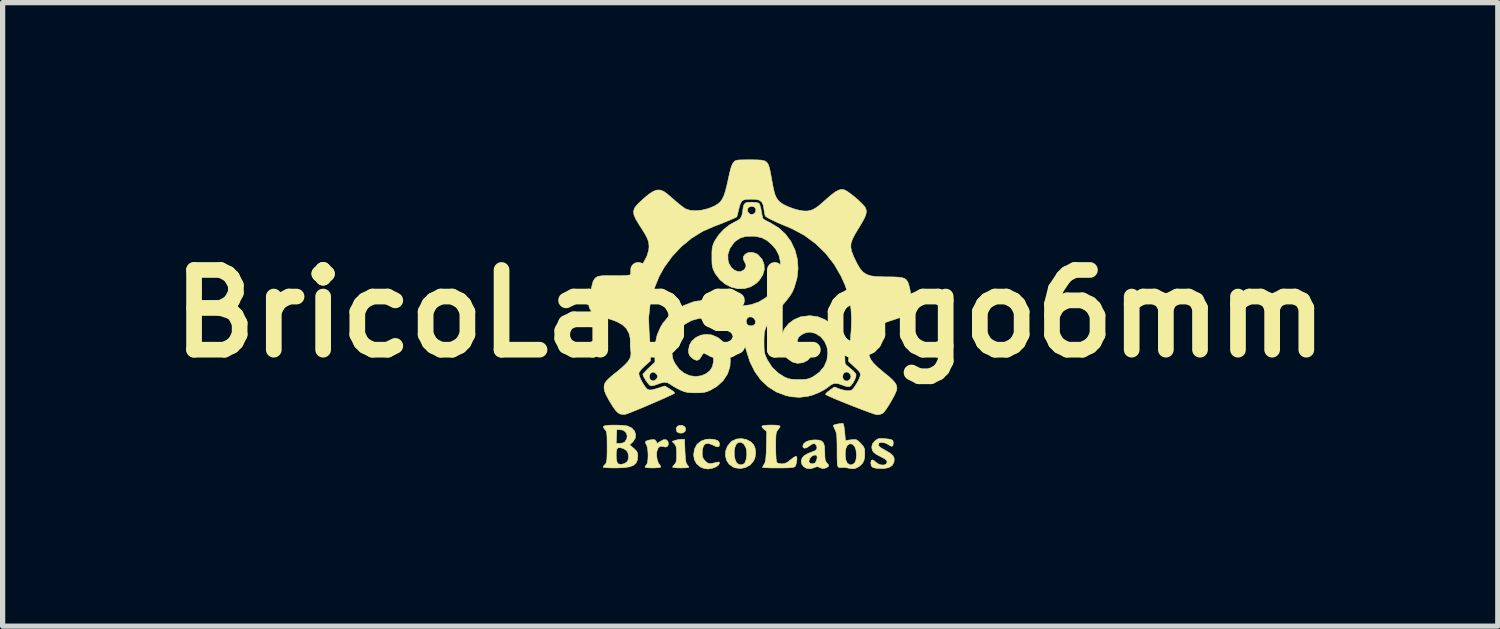
<source format=kicad_pcb>
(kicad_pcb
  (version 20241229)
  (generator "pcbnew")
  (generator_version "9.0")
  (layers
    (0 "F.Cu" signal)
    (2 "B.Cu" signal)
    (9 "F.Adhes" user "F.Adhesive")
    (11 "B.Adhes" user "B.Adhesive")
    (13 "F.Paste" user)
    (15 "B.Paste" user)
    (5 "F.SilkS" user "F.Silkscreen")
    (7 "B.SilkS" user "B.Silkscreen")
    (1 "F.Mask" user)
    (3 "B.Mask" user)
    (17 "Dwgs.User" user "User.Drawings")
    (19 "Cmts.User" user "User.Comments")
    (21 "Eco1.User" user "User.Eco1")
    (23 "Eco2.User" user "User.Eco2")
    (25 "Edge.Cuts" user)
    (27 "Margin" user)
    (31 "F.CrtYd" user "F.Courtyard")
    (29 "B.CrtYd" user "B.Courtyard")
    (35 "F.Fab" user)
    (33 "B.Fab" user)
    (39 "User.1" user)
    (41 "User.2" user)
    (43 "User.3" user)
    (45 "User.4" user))
  (footprint "BricoLabsLogo6mm"
    (layer "F.Cu")
    (at 11.292 2.946)
    (property "Reference" "BricoLabsLogo6mm" (at 0 0 0) (layer "F.SilkS") (effects (font (size 1.524 1.524) (thickness 0.3))))
    (attr through_hole)
    (fp_poly (pts (xy -1.254 2.16) (xy -1.233 2.199) (xy -1.242 2.244) (xy -1.251 2.258) (xy -1.292 2.282) (xy -1.344 2.284) (xy -1.39 2.266) (xy -1.406 2.248) (xy -1.417 2.196) (xy -1.393 2.155) (xy -1.353 2.136) (xy -1.296 2.136) (xy -1.254 2.16)) (stroke (width 0.01) (type solid)) (fill yes) (layer "F.SilkS"))
    (fp_poly (pts (xy -1.247 2.627) (xy -1.241 2.733) (xy -1.234 2.806) (xy -1.224 2.854) (xy -1.209 2.883) (xy -1.205 2.888) (xy -1.18 2.92) (xy -1.172 2.937) (xy -1.19 2.943) (xy -1.238 2.948) (xy -1.307 2.95) (xy -1.329 2.95) (xy -1.401 2.948) (xy -1.456 2.943) (xy -1.483 2.936) (xy -1.485 2.934) (xy -1.472 2.91) (xy -1.446 2.882) (xy -1.426 2.858) (xy -1.414 2.823) (xy -1.408 2.769) (xy -1.407 2.69) (xy -1.408 2.607) (xy -1.414 2.553) (xy -1.427 2.517) (xy -1.449 2.488) (xy -1.491 2.444) (xy -1.438 2.423) (xy -1.378 2.409) (xy -1.32 2.403) (xy -1.255 2.403) (xy -1.247 2.627)) (stroke (width 0.01) (type solid)) (fill yes) (layer "F.SilkS"))
    (fp_poly (pts (xy -0.676 2.407) (xy -0.616 2.431) (xy -0.589 2.47) (xy -0.586 2.491) (xy -0.593 2.532) (xy -0.615 2.548) (xy -0.659 2.538) (xy -0.714 2.511) (xy -0.792 2.482) (xy -0.851 2.486) (xy -0.892 2.525) (xy -0.914 2.598) (xy -0.918 2.667) (xy -0.913 2.733) (xy -0.892 2.78) (xy -0.859 2.817) (xy -0.826 2.848) (xy -0.795 2.864) (xy -0.757 2.867) (xy -0.7 2.857) (xy -0.635 2.841) (xy -0.598 2.836) (xy -0.587 2.849) (xy -0.589 2.865) (xy -0.614 2.902) (xy -0.666 2.935) (xy -0.734 2.959) (xy -0.806 2.97) (xy -0.811 2.97) (xy -0.88 2.96) (xy -0.946 2.935) (xy -0.951 2.932) (xy -1.026 2.869) (xy -1.068 2.789) (xy -1.081 2.7) (xy -1.065 2.59) (xy -1.019 2.502) (xy -0.945 2.439) (xy -0.848 2.404) (xy -0.77 2.398) (xy -0.676 2.407)) (stroke (width 0.01) (type solid)) (fill yes) (layer "F.SilkS"))
    (fp_poly (pts (xy -0.075 2.406) (xy 0.011 2.45) (xy 0.064 2.504) (xy 0.094 2.573) (xy 0.104 2.66) (xy 0.093 2.749) (xy 0.066 2.815) (xy 0.00036 2.892) (xy -0.087 2.941) (xy -0.186 2.961) (xy -0.288 2.948) (xy -0.326 2.933) (xy -0.403 2.878) (xy -0.452 2.803) (xy -0.474 2.715) (xy -0.469 2.634) (xy -0.305 2.634) (xy -0.304 2.717) (xy -0.287 2.795) (xy -0.262 2.848) (xy -0.22 2.883) (xy -0.167 2.891) (xy -0.119 2.871) (xy -0.101 2.851) (xy -0.075 2.781) (xy -0.064 2.693) (xy -0.07 2.605) (xy -0.084 2.556) (xy -0.125 2.488) (xy -0.175 2.458) (xy -0.229 2.463) (xy -0.267 2.497) (xy -0.293 2.557) (xy -0.305 2.634) (xy -0.469 2.634) (xy -0.468 2.622) (xy -0.434 2.533) (xy -0.371 2.456) (xy -0.348 2.437) (xy -0.265 2.398) (xy -0.17 2.388) (xy -0.075 2.406)) (stroke (width 0.01) (type solid)) (fill yes) (layer "F.SilkS"))
    (fp_poly (pts (xy -1.818 2.415) (xy -1.798 2.441) (xy -1.776 2.483) (xy -1.72 2.443) (xy -1.657 2.411) (xy -1.606 2.411) (xy -1.573 2.442) (xy -1.563 2.493) (xy -1.578 2.535) (xy -1.617 2.551) (xy -1.67 2.54) (xy -1.721 2.536) (xy -1.759 2.567) (xy -1.784 2.634) (xy -1.786 2.646) (xy -1.789 2.716) (xy -1.778 2.792) (xy -1.755 2.856) (xy -1.729 2.892) (xy -1.71 2.919) (xy -1.711 2.933) (xy -1.734 2.942) (xy -1.782 2.947) (xy -1.845 2.95) (xy -1.911 2.949) (xy -1.968 2.946) (xy -2.005 2.939) (xy -2.012 2.933) (xy -1.999 2.908) (xy -1.983 2.892) (xy -1.966 2.858) (xy -1.956 2.796) (xy -1.952 2.72) (xy -1.955 2.64) (xy -1.964 2.567) (xy -1.979 2.514) (xy -1.985 2.504) (xy -2.004 2.465) (xy -1.994 2.439) (xy -1.95 2.421) (xy -1.902 2.412) (xy -1.848 2.406) (xy -1.818 2.415)) (stroke (width 0.01) (type solid)) (fill yes) (layer "F.SilkS"))
    (fp_poly (pts (xy 0.503 2.133) (xy 0.549 2.139) (xy 0.555 2.142) (xy 0.572 2.154) (xy 0.565 2.175) (xy 0.537 2.211) (xy 0.518 2.236) (xy 0.505 2.261) (xy 0.496 2.294) (xy 0.491 2.343) (xy 0.489 2.414) (xy 0.488 2.514) (xy 0.488 2.547) (xy 0.49 2.677) (xy 0.495 2.77) (xy 0.503 2.827) (xy 0.512 2.849) (xy 0.546 2.864) (xy 0.599 2.872) (xy 0.608 2.872) (xy 0.661 2.865) (xy 0.713 2.84) (xy 0.772 2.794) (xy 0.823 2.754) (xy 0.863 2.731) (xy 0.883 2.728) (xy 0.893 2.754) (xy 0.892 2.802) (xy 0.883 2.857) (xy 0.868 2.906) (xy 0.856 2.925) (xy 0.836 2.935) (xy 0.793 2.943) (xy 0.721 2.948) (xy 0.618 2.95) (xy 0.535 2.95) (xy 0.432 2.95) (xy 0.344 2.948) (xy 0.278 2.945) (xy 0.24 2.942) (xy 0.234 2.94) (xy 0.244 2.918) (xy 0.267 2.879) (xy 0.269 2.877) (xy 0.283 2.849) (xy 0.293 2.808) (xy 0.3 2.749) (xy 0.306 2.665) (xy 0.309 2.549) (xy 0.309 2.539) (xy 0.316 2.252) (xy 0.264 2.211) (xy 0.232 2.179) (xy 0.223 2.152) (xy 0.224 2.15) (xy 0.248 2.141) (xy 0.3 2.134) (xy 0.367 2.13) (xy 0.439 2.13) (xy 0.503 2.133)) (stroke (width 0.01) (type solid)) (fill yes) (layer "F.SilkS"))
    (fp_poly (pts (xy 2.574 2.39) (xy 2.654 2.399) (xy 2.701 2.41) (xy 2.726 2.427) (xy 2.734 2.456) (xy 2.735 2.483) (xy 2.727 2.526) (xy 2.702 2.537) (xy 2.657 2.515) (xy 2.638 2.501) (xy 2.594 2.478) (xy 2.542 2.465) (xy 2.494 2.463) (xy 2.463 2.473) (xy 2.459 2.481) (xy 2.454 2.519) (xy 2.454 2.524) (xy 2.469 2.543) (xy 2.512 2.573) (xy 2.573 2.608) (xy 2.589 2.617) (xy 2.676 2.668) (xy 2.729 2.716) (xy 2.753 2.768) (xy 2.75 2.83) (xy 2.747 2.841) (xy 2.714 2.903) (xy 2.65 2.943) (xy 2.555 2.962) (xy 2.429 2.958) (xy 2.403 2.955) (xy 2.344 2.94) (xy 2.314 2.908) (xy 2.306 2.849) (xy 2.306 2.848) (xy 2.316 2.805) (xy 2.342 2.796) (xy 2.382 2.821) (xy 2.392 2.832) (xy 2.443 2.871) (xy 2.501 2.892) (xy 2.556 2.894) (xy 2.598 2.877) (xy 2.618 2.84) (xy 2.618 2.834) (xy 2.607 2.805) (xy 2.571 2.775) (xy 2.503 2.738) (xy 2.496 2.735) (xy 2.414 2.692) (xy 2.362 2.653) (xy 2.335 2.612) (xy 2.325 2.562) (xy 2.325 2.548) (xy 2.336 2.493) (xy 2.374 2.444) (xy 2.388 2.432) (xy 2.426 2.403) (xy 2.461 2.388) (xy 2.508 2.386) (xy 2.574 2.39)) (stroke (width 0.01) (type solid)) (fill yes) (layer "F.SilkS"))
    (fp_poly (pts (xy 1.314 2.418) (xy 1.369 2.437) (xy 1.403 2.476) (xy 1.421 2.541) (xy 1.426 2.638) (xy 1.426 2.659) (xy 1.428 2.742) (xy 1.434 2.795) (xy 1.448 2.83) (xy 1.465 2.853) (xy 1.498 2.893) (xy 1.496 2.921) (xy 1.459 2.945) (xy 1.448 2.949) (xy 1.397 2.963) (xy 1.35 2.951) (xy 1.335 2.944) (xy 1.29 2.926) (xy 1.253 2.931) (xy 1.231 2.942) (xy 1.15 2.967) (xy 1.072 2.955) (xy 1.028 2.929) (xy 0.987 2.88) (xy 0.977 2.823) (xy 0.977 2.823) (xy 1.122 2.823) (xy 1.126 2.841) (xy 1.153 2.865) (xy 1.196 2.871) (xy 1.236 2.857) (xy 1.245 2.848) (xy 1.27 2.802) (xy 1.28 2.753) (xy 1.274 2.715) (xy 1.262 2.704) (xy 1.216 2.705) (xy 1.17 2.732) (xy 1.135 2.775) (xy 1.122 2.823) (xy 0.977 2.823) (xy 0.991 2.763) (xy 1.034 2.713) (xy 1.112 2.67) (xy 1.172 2.648) (xy 1.238 2.621) (xy 1.271 2.594) (xy 1.277 2.558) (xy 1.268 2.525) (xy 1.241 2.489) (xy 1.198 2.487) (xy 1.141 2.521) (xy 1.129 2.531) (xy 1.075 2.566) (xy 1.033 2.572) (xy 1.009 2.552) (xy 1.006 2.532) (xy 1.024 2.484) (xy 1.074 2.446) (xy 1.15 2.421) (xy 1.234 2.413) (xy 1.314 2.418)) (stroke (width 0.01) (type solid)) (fill yes) (layer "F.SilkS"))
    (fp_poly (pts (xy 1.777 2.1) (xy 1.786 2.123) (xy 1.796 2.175) (xy 1.805 2.246) (xy 1.807 2.267) (xy 1.821 2.425) (xy 1.927 2.412) (xy 1.988 2.406) (xy 2.028 2.41) (xy 2.063 2.432) (xy 2.108 2.475) (xy 2.11 2.477) (xy 2.162 2.536) (xy 2.186 2.588) (xy 2.19 2.621) (xy 2.189 2.729) (xy 2.175 2.808) (xy 2.144 2.866) (xy 2.093 2.914) (xy 2.065 2.932) (xy 2.013 2.958) (xy 1.961 2.966) (xy 1.896 2.958) (xy 1.856 2.949) (xy 1.801 2.94) (xy 1.759 2.941) (xy 1.756 2.942) (xy 1.711 2.943) (xy 1.693 2.939) (xy 1.681 2.93) (xy 1.672 2.91) (xy 1.666 2.873) (xy 1.663 2.814) (xy 1.661 2.727) (xy 1.661 2.703) (xy 1.817 2.703) (xy 1.827 2.795) (xy 1.856 2.858) (xy 1.902 2.889) (xy 1.925 2.892) (xy 1.971 2.876) (xy 2.002 2.848) (xy 2.022 2.795) (xy 2.032 2.714) (xy 2.032 2.693) (xy 2.022 2.604) (xy 1.996 2.537) (xy 1.957 2.496) (xy 1.908 2.488) (xy 1.898 2.49) (xy 1.855 2.521) (xy 1.828 2.582) (xy 1.817 2.676) (xy 1.817 2.703) (xy 1.661 2.703) (xy 1.661 2.61) (xy 1.66 2.488) (xy 1.658 2.398) (xy 1.654 2.333) (xy 1.647 2.286) (xy 1.636 2.249) (xy 1.622 2.218) (xy 1.6 2.17) (xy 1.59 2.139) (xy 1.591 2.134) (xy 1.617 2.123) (xy 1.665 2.111) (xy 1.719 2.102) (xy 1.762 2.098) (xy 1.777 2.1)) (stroke (width 0.01) (type solid)) (fill yes) (layer "F.SilkS"))
    (fp_poly (pts (xy -2.526 2.132) (xy -2.442 2.136) (xy -2.372 2.144) (xy -2.341 2.15) (xy -2.264 2.187) (xy -2.212 2.244) (xy -2.19 2.312) (xy -2.198 2.383) (xy -2.241 2.449) (xy -2.246 2.454) (xy -2.304 2.509) (xy -2.226 2.575) (xy -2.179 2.62) (xy -2.156 2.659) (xy -2.149 2.707) (xy -2.149 2.723) (xy -2.157 2.8) (xy -2.184 2.858) (xy -2.233 2.901) (xy -2.309 2.929) (xy -2.415 2.945) (xy -2.555 2.95) (xy -2.578 2.95) (xy -2.669 2.949) (xy -2.744 2.946) (xy -2.794 2.94) (xy -2.814 2.934) (xy -2.814 2.934) (xy -2.8 2.91) (xy -2.774 2.882) (xy -2.759 2.865) (xy -2.749 2.843) (xy -2.742 2.808) (xy -2.738 2.754) (xy -2.737 2.71) (xy -2.562 2.71) (xy -2.558 2.777) (xy -2.547 2.834) (xy -2.529 2.869) (xy -2.525 2.871) (xy -2.472 2.883) (xy -2.409 2.869) (xy -2.359 2.838) (xy -2.332 2.791) (xy -2.325 2.727) (xy -2.337 2.662) (xy -2.364 2.619) (xy -2.419 2.581) (xy -2.482 2.562) (xy -2.53 2.567) (xy -2.549 2.592) (xy -2.559 2.644) (xy -2.562 2.71) (xy -2.737 2.71) (xy -2.736 2.675) (xy -2.735 2.564) (xy -2.735 2.553) (xy -2.736 2.481) (xy -2.561 2.481) (xy -2.493 2.481) (xy -2.438 2.473) (xy -2.396 2.452) (xy -2.395 2.451) (xy -2.358 2.391) (xy -2.352 2.329) (xy -2.374 2.272) (xy -2.421 2.232) (xy -2.483 2.218) (xy -2.55 2.218) (xy -2.556 2.349) (xy -2.561 2.481) (xy -2.736 2.481) (xy -2.736 2.439) (xy -2.737 2.358) (xy -2.741 2.302) (xy -2.748 2.264) (xy -2.758 2.239) (xy -2.774 2.219) (xy -2.779 2.213) (xy -2.806 2.179) (xy -2.806 2.159) (xy -2.793 2.149) (xy -2.758 2.139) (xy -2.695 2.133) (xy -2.614 2.131) (xy -2.526 2.132)) (stroke (width 0.01) (type solid)) (fill yes) (layer "F.SilkS"))
    (fp_poly (pts (xy 0.12 -2.94) (xy 0.21 -2.935) (xy 0.274 -2.921) (xy 0.318 -2.893) (xy 0.349 -2.845) (xy 0.372 -2.773) (xy 0.392 -2.671) (xy 0.409 -2.578) (xy 0.432 -2.45) (xy 0.452 -2.354) (xy 0.472 -2.282) (xy 0.494 -2.228) (xy 0.521 -2.185) (xy 0.555 -2.146) (xy 0.568 -2.134) (xy 0.63 -2.089) (xy 0.72 -2.046) (xy 0.823 -2.007) (xy 0.929 -1.978) (xy 1.025 -1.962) (xy 1.09 -1.962) (xy 1.148 -1.972) (xy 1.2 -1.99) (xy 1.254 -2.021) (xy 1.317 -2.067) (xy 1.396 -2.135) (xy 1.446 -2.179) (xy 1.545 -2.265) (xy 1.623 -2.325) (xy 1.687 -2.36) (xy 1.74 -2.374) (xy 1.788 -2.37) (xy 1.801 -2.366) (xy 1.849 -2.341) (xy 1.914 -2.295) (xy 1.989 -2.237) (xy 2.064 -2.172) (xy 2.13 -2.11) (xy 2.18 -2.057) (xy 2.201 -2.027) (xy 2.217 -1.984) (xy 2.221 -1.939) (xy 2.209 -1.886) (xy 2.18 -1.819) (xy 2.132 -1.732) (xy 2.067 -1.624) (xy 1.998 -1.51) (xy 1.952 -1.417) (xy 1.927 -1.339) (xy 1.924 -1.266) (xy 1.939 -1.19) (xy 1.973 -1.102) (xy 1.99 -1.065) (xy 2.048 -0.947) (xy 2.102 -0.857) (xy 2.159 -0.793) (xy 2.225 -0.749) (xy 2.308 -0.722) (xy 2.413 -0.708) (xy 2.548 -0.704) (xy 2.607 -0.703) (xy 2.737 -0.702) (xy 2.834 -0.697) (xy 2.904 -0.687) (xy 2.952 -0.671) (xy 2.985 -0.646) (xy 3.009 -0.612) (xy 3.016 -0.598) (xy 3.034 -0.544) (xy 3.053 -0.466) (xy 3.071 -0.374) (xy 3.085 -0.279) (xy 3.095 -0.192) (xy 3.099 -0.125) (xy 3.096 -0.095) (xy 3.078 -0.049) (xy 3.042 -0.01) (xy 2.983 0.027) (xy 2.895 0.065) (xy 2.774 0.106) (xy 2.654 0.145) (xy 2.566 0.178) (xy 2.501 0.208) (xy 2.454 0.238) (xy 2.417 0.272) (xy 2.395 0.299) (xy 2.368 0.349) (xy 2.338 0.426) (xy 2.31 0.516) (xy 2.286 0.609) (xy 2.271 0.692) (xy 2.267 0.742) (xy 2.276 0.81) (xy 2.305 0.876) (xy 2.357 0.946) (xy 2.436 1.024) (xy 2.545 1.116) (xy 2.553 1.123) (xy 2.654 1.205) (xy 2.726 1.272) (xy 2.773 1.327) (xy 2.798 1.375) (xy 2.805 1.422) (xy 2.801 1.456) (xy 2.784 1.503) (xy 2.752 1.571) (xy 2.708 1.651) (xy 2.66 1.733) (xy 2.612 1.809) (xy 2.569 1.868) (xy 2.537 1.903) (xy 2.536 1.904) (xy 2.485 1.926) (xy 2.428 1.934) (xy 2.397 1.927) (xy 2.336 1.907) (xy 2.252 1.877) (xy 2.15 1.839) (xy 2.036 1.795) (xy 1.917 1.749) (xy 1.8 1.702) (xy 1.689 1.657) (xy 1.591 1.616) (xy 1.513 1.581) (xy 1.46 1.556) (xy 1.441 1.545) (xy 1.447 1.528) (xy 1.479 1.497) (xy 1.518 1.467) (xy 1.611 1.402) (xy 1.699 1.437) (xy 1.771 1.459) (xy 1.845 1.472) (xy 1.866 1.474) (xy 1.909 1.472) (xy 1.94 1.461) (xy 1.97 1.433) (xy 2.007 1.38) (xy 2.017 1.365) (xy 2.058 1.298) (xy 2.089 1.234) (xy 2.103 1.193) (xy 2.107 1.16) (xy 2.099 1.131) (xy 2.076 1.098) (xy 2.03 1.052) (xy 1.996 1.02) (xy 1.877 0.909) (xy 1.913 0.537) (xy 1.931 0.306) (xy 1.937 0.104) (xy 1.928 -0.076) (xy 1.905 -0.241) (xy 1.866 -0.398) (xy 1.81 -0.555) (xy 1.739 -0.713) (xy 1.605 -0.944) (xy 1.441 -1.154) (xy 1.249 -1.34) (xy 1.034 -1.498) (xy 0.799 -1.624) (xy 0.713 -1.661) (xy 0.615 -1.701) (xy 0.517 -1.743) (xy 0.429 -1.785) (xy 0.356 -1.821) (xy 0.307 -1.85) (xy 0.29 -1.864) (xy 0.281 -1.892) (xy 0.27 -1.945) (xy 0.264 -1.991) (xy 0.248 -2.078) (xy 0.22 -2.136) (xy 0.173 -2.17) (xy 0.1 -2.185) (xy 0.019 -2.188) (xy -0.069 -2.186) (xy -0.128 -2.173) (xy -0.167 -2.144) (xy -0.193 -2.091) (xy -0.216 -2.008) (xy -0.221 -1.986) (xy -0.237 -1.92) (xy -0.25 -1.871) (xy -0.257 -1.849) (xy -0.257 -1.849) (xy -0.3 -1.828) (xy -0.37 -1.797) (xy -0.454 -1.762) (xy -0.543 -1.725) (xy -0.626 -1.693) (xy -0.686 -1.671) (xy -0.909 -1.574) (xy -1.12 -1.443) (xy -1.317 -1.281) (xy -1.493 -1.094) (xy -1.644 -0.885) (xy -1.74 -0.713) (xy -1.845 -0.456) (xy -1.912 -0.193) (xy -1.941 0.076) (xy -1.933 0.326) (xy -1.924 0.439) (xy -1.916 0.568) (xy -1.912 0.688) (xy -1.911 0.711) (xy -1.908 0.904) (xy -2.02 1.004) (xy -2.084 1.067) (xy -2.121 1.118) (xy -2.13 1.145) (xy -2.119 1.194) (xy -2.091 1.26) (xy -2.053 1.33) (xy -2.012 1.393) (xy -1.975 1.437) (xy -1.961 1.447) (xy -1.931 1.459) (xy -1.895 1.459) (xy -1.843 1.449) (xy -1.773 1.428) (xy -1.631 1.383) (xy -1.528 1.447) (xy -1.468 1.488) (xy -1.445 1.515) (xy -1.45 1.526) (xy -1.496 1.549) (xy -1.568 1.582) (xy -1.66 1.624) (xy -1.767 1.671) (xy -1.882 1.72) (xy -1.998 1.77) (xy -2.109 1.817) (xy -2.211 1.858) (xy -2.295 1.892) (xy -2.356 1.915) (xy -2.389 1.925) (xy -2.389 1.926) (xy -2.447 1.926) (xy -2.491 1.917) (xy -2.531 1.892) (xy -2.574 1.848) (xy -2.622 1.781) (xy -2.682 1.685) (xy -2.703 1.649) (xy -2.752 1.558) (xy -2.781 1.488) (xy -2.793 1.431) (xy -2.794 1.411) (xy -2.79 1.368) (xy -2.776 1.327) (xy -2.747 1.285) (xy -2.698 1.236) (xy -2.627 1.174) (xy -2.527 1.095) (xy -2.527 1.094) (xy -2.456 1.035) (xy -2.39 0.973) (xy -2.341 0.92) (xy -2.333 0.909) (xy -2.306 0.868) (xy -2.289 0.831) (xy -2.281 0.787) (xy -2.278 0.723) (xy -2.278 0.652) (xy -2.287 0.501) (xy -2.315 0.381) (xy -2.366 0.286) (xy -2.443 0.212) (xy -2.551 0.152) (xy -2.668 0.11) (xy -2.793 0.071) (xy -2.887 0.039) (xy -2.954 0.01) (xy -3.001 -0.016) (xy -3.033 -0.045) (xy -3.056 -0.077) (xy -3.056 -0.077) (xy -3.072 -0.107) (xy -3.081 -0.135) (xy -3.084 -0.169) (xy -3.08 -0.219) (xy -3.07 -0.293) (xy -3.059 -0.359) (xy -3.043 -0.452) (xy -3.025 -0.536) (xy -3.008 -0.6) (xy -2.997 -0.629) (xy -2.973 -0.667) (xy -2.944 -0.695) (xy -2.902 -0.713) (xy -2.842 -0.723) (xy -2.757 -0.727) (xy -2.64 -0.726) (xy -2.612 -0.726) (xy -2.48 -0.725) (xy -2.379 -0.729) (xy -2.303 -0.739) (xy -2.244 -0.759) (xy -2.196 -0.789) (xy -2.15 -0.832) (xy -2.133 -0.85) (xy -2.041 -0.973) (xy -1.975 -1.097) (xy -1.94 -1.214) (xy -1.934 -1.275) (xy -1.937 -1.33) (xy -1.947 -1.383) (xy -1.968 -1.441) (xy -2.003 -1.509) (xy -2.055 -1.595) (xy -2.126 -1.706) (xy -2.127 -1.707) (xy -2.188 -1.808) (xy -2.222 -1.889) (xy -2.23 -1.955) (xy -2.212 -2.015) (xy -2.167 -2.076) (xy -2.133 -2.111) (xy -2.02 -2.215) (xy -1.928 -2.29) (xy -1.852 -2.338) (xy -1.79 -2.361) (xy -1.761 -2.364) (xy -1.721 -2.362) (xy -1.684 -2.351) (xy -1.643 -2.33) (xy -1.591 -2.292) (xy -1.523 -2.235) (xy -1.446 -2.167) (xy -1.375 -2.107) (xy -1.307 -2.053) (xy -1.251 -2.013) (xy -1.231 -2.001) (xy -1.145 -1.974) (xy -1.037 -1.967) (xy -0.917 -1.98) (xy -0.797 -2.01) (xy -0.686 -2.056) (xy -0.61 -2.103) (xy -0.569 -2.141) (xy -0.534 -2.189) (xy -0.504 -2.252) (xy -0.475 -2.337) (xy -0.446 -2.45) (xy -0.418 -2.577) (xy -0.39 -2.704) (xy -0.365 -2.795) (xy -0.341 -2.857) (xy -0.32 -2.89) (xy -0.302 -2.91) (xy -0.282 -2.924) (xy -0.254 -2.933) (xy -0.211 -2.938) (xy -0.146 -2.94) (xy -0.052 -2.941) (xy 0 -2.941) (xy 0.12 -2.94)) (stroke (width 0.01) (type solid)) (fill yes) (layer "F.SilkS"))
    (fp_poly (pts (xy 0.107 -2.126) (xy 0.158 -2.114) (xy 0.172 -2.105) (xy 0.186 -2.073) (xy 0.202 -2.016) (xy 0.213 -1.958) (xy 0.225 -1.891) (xy 0.237 -1.839) (xy 0.245 -1.816) (xy 0.268 -1.798) (xy 0.316 -1.77) (xy 0.38 -1.738) (xy 0.383 -1.737) (xy 0.542 -1.641) (xy 0.675 -1.52) (xy 0.78 -1.377) (xy 0.856 -1.217) (xy 0.901 -1.045) (xy 0.915 -0.864) (xy 0.895 -0.679) (xy 0.841 -0.494) (xy 0.806 -0.414) (xy 0.763 -0.344) (xy 0.696 -0.255) (xy 0.611 -0.155) (xy 0.569 -0.11) (xy 0.466 0.005) (xy 0.39 0.103) (xy 0.336 0.19) (xy 0.325 0.213) (xy 0.297 0.275) (xy 0.279 0.327) (xy 0.269 0.381) (xy 0.265 0.45) (xy 0.264 0.546) (xy 0.264 0.547) (xy 0.265 0.642) (xy 0.269 0.711) (xy 0.278 0.764) (xy 0.296 0.814) (xy 0.323 0.874) (xy 0.328 0.883) (xy 0.418 1.024) (xy 0.538 1.138) (xy 0.66 1.214) (xy 0.716 1.238) (xy 0.773 1.252) (xy 0.846 1.258) (xy 0.928 1.26) (xy 1.017 1.259) (xy 1.079 1.253) (xy 1.129 1.24) (xy 1.179 1.218) (xy 1.187 1.214) (xy 1.766 1.214) (xy 1.783 1.257) (xy 1.817 1.284) (xy 1.859 1.288) (xy 1.9 1.263) (xy 1.912 1.248) (xy 1.928 1.207) (xy 1.917 1.166) (xy 1.913 1.16) (xy 1.876 1.122) (xy 1.83 1.115) (xy 1.789 1.138) (xy 1.776 1.16) (xy 1.766 1.214) (xy 1.187 1.214) (xy 1.208 1.203) (xy 1.326 1.118) (xy 1.413 1.013) (xy 1.466 0.891) (xy 1.484 0.758) (xy 1.468 0.636) (xy 1.421 0.529) (xy 1.349 0.442) (xy 1.256 0.383) (xy 1.233 0.374) (xy 1.144 0.354) (xy 1.068 0.362) (xy 0.994 0.395) (xy 0.93 0.444) (xy 0.902 0.504) (xy 0.902 0.57) (xy 0.91 0.596) (xy 0.931 0.612) (xy 0.976 0.621) (xy 1.022 0.626) (xy 1.099 0.637) (xy 1.145 0.659) (xy 1.166 0.699) (xy 1.172 0.758) (xy 1.154 0.829) (xy 1.102 0.889) (xy 1.02 0.933) (xy 1.003 0.938) (xy 0.901 0.95) (xy 0.805 0.924) (xy 0.714 0.859) (xy 0.688 0.833) (xy 0.62 0.733) (xy 0.584 0.622) (xy 0.581 0.507) (xy 0.606 0.393) (xy 0.658 0.286) (xy 0.736 0.191) (xy 0.836 0.116) (xy 0.956 0.064) (xy 0.98 0.058) (xy 1.137 0.039) (xy 1.288 0.058) (xy 1.43 0.115) (xy 1.561 0.208) (xy 1.622 0.268) (xy 1.709 0.382) (xy 1.767 0.505) (xy 1.799 0.645) (xy 1.808 0.767) (xy 1.81 0.846) (xy 1.812 0.91) (xy 1.814 0.949) (xy 1.815 0.955) (xy 1.83 0.975) (xy 1.869 1.01) (xy 1.916 1.048) (xy 1.969 1.094) (xy 2.009 1.137) (xy 2.024 1.163) (xy 2.02 1.205) (xy 1.998 1.264) (xy 1.965 1.324) (xy 1.928 1.373) (xy 1.897 1.397) (xy 1.859 1.396) (xy 1.803 1.381) (xy 1.769 1.368) (xy 1.683 1.338) (xy 1.616 1.332) (xy 1.557 1.353) (xy 1.508 1.39) (xy 1.421 1.452) (xy 1.311 1.51) (xy 1.194 1.556) (xy 1.096 1.582) (xy 0.94 1.6) (xy 0.789 1.589) (xy 0.684 1.567) (xy 0.505 1.5) (xy 0.346 1.401) (xy 0.206 1.271) (xy 0.09 1.111) (xy -0.003 0.925) (xy -0.059 0.752) (xy -0.098 0.62) (xy -0.14 0.516) (xy -0.193 0.426) (xy -0.261 0.34) (xy -0.277 0.322) (xy -0.402 0.21) (xy -0.468 0.174) (xy -0.074 0.174) (xy -0.055 0.211) (xy -0.011 0.233) (xy 0.041 0.232) (xy 0.084 0.21) (xy 0.096 0.191) (xy 0.1 0.138) (xy 0.076 0.094) (xy 0.035 0.066) (xy -0.014 0.062) (xy -0.05 0.079) (xy -0.074 0.121) (xy -0.074 0.174) (xy -0.468 0.174) (xy -0.54 0.134) (xy -0.696 0.091) (xy -0.801 0.081) (xy -0.973 0.09) (xy -1.123 0.131) (xy -1.251 0.204) (xy -1.356 0.308) (xy -1.426 0.419) (xy -1.463 0.496) (xy -1.484 0.558) (xy -1.493 0.622) (xy -1.494 0.702) (xy -1.492 0.786) (xy -1.483 0.849) (xy -1.462 0.905) (xy -1.436 0.956) (xy -1.359 1.061) (xy -1.264 1.138) (xy -1.156 1.186) (xy -1.042 1.203) (xy -0.929 1.186) (xy -0.845 1.149) (xy -0.768 1.088) (xy -0.721 1.012) (xy -0.702 0.915) (xy -0.701 0.846) (xy -0.721 0.789) (xy -0.771 0.753) (xy -0.832 0.742) (xy -0.878 0.748) (xy -0.907 0.77) (xy -0.933 0.816) (xy -0.972 0.874) (xy -1.018 0.894) (xy -1.072 0.877) (xy -1.115 0.844) (xy -1.157 0.801) (xy -1.175 0.757) (xy -1.179 0.698) (xy -1.161 0.602) (xy -1.112 0.52) (xy -1.037 0.455) (xy -0.945 0.412) (xy -0.84 0.395) (xy -0.731 0.408) (xy -0.616 0.458) (xy -0.52 0.537) (xy -0.447 0.638) (xy -0.4 0.756) (xy -0.379 0.883) (xy -0.388 1.015) (xy -0.43 1.145) (xy -0.435 1.156) (xy -0.52 1.284) (xy -0.636 1.39) (xy -0.76 1.463) (xy -0.822 1.489) (xy -0.88 1.505) (xy -0.949 1.512) (xy -1.041 1.514) (xy -1.045 1.514) (xy -1.138 1.512) (xy -1.206 1.505) (xy -1.265 1.49) (xy -1.328 1.464) (xy -1.338 1.46) (xy -1.41 1.423) (xy -1.479 1.383) (xy -1.517 1.357) (xy -1.577 1.322) (xy -1.638 1.312) (xy -1.712 1.327) (xy -1.771 1.349) (xy -1.832 1.371) (xy -1.885 1.38) (xy -1.904 1.379) (xy -1.931 1.359) (xy -1.968 1.315) (xy -2.005 1.261) (xy -2.032 1.214) (xy -1.928 1.214) (xy -1.912 1.258) (xy -1.879 1.283) (xy -1.837 1.284) (xy -1.795 1.254) (xy -1.789 1.246) (xy -1.77 1.209) (xy -1.778 1.176) (xy -1.785 1.163) (xy -1.826 1.125) (xy -1.871 1.118) (xy -1.908 1.144) (xy -1.917 1.159) (xy -1.928 1.214) (xy -2.032 1.214) (xy -2.036 1.207) (xy -2.051 1.167) (xy -2.052 1.161) (xy -2.038 1.142) (xy -2.003 1.103) (xy -1.953 1.052) (xy -1.936 1.036) (xy -1.821 0.926) (xy -1.822 0.731) (xy -1.812 0.557) (xy -1.778 0.405) (xy -1.716 0.263) (xy -1.667 0.182) (xy -1.559 0.051) (xy -1.422 -0.064) (xy -1.266 -0.157) (xy -1.1 -0.221) (xy -1.041 -0.236) (xy -0.943 -0.248) (xy -0.826 -0.25) (xy -0.704 -0.243) (xy -0.592 -0.228) (xy -0.511 -0.207) (xy -0.331 -0.16) (xy -0.155 -0.148) (xy 0.012 -0.17) (xy 0.167 -0.224) (xy 0.305 -0.309) (xy 0.423 -0.423) (xy 0.508 -0.551) (xy 0.543 -0.621) (xy 0.564 -0.683) (xy 0.576 -0.752) (xy 0.582 -0.84) (xy 0.578 -0.991) (xy 0.549 -1.118) (xy 0.492 -1.228) (xy 0.42 -1.313) (xy 0.324 -1.397) (xy 0.227 -1.449) (xy 0.114 -1.476) (xy 0.053 -1.481) (xy -0.084 -1.477) (xy -0.197 -1.443) (xy -0.289 -1.38) (xy -0.314 -1.353) (xy -0.389 -1.245) (xy -0.426 -1.134) (xy -0.424 -1.022) (xy -0.403 -0.95) (xy -0.359 -0.88) (xy -0.301 -0.831) (xy -0.236 -0.805) (xy -0.174 -0.806) (xy -0.12 -0.836) (xy -0.098 -0.865) (xy -0.08 -0.905) (xy -0.083 -0.939) (xy -0.103 -0.979) (xy -0.131 -1.04) (xy -0.132 -1.084) (xy -0.105 -1.125) (xy -0.098 -1.133) (xy -0.039 -1.167) (xy 0.035 -1.172) (xy 0.111 -1.15) (xy 0.157 -1.119) (xy 0.228 -1.037) (xy 0.265 -0.942) (xy 0.269 -0.84) (xy 0.239 -0.738) (xy 0.176 -0.64) (xy 0.119 -0.582) (xy 0.011 -0.514) (xy -0.108 -0.479) (xy -0.232 -0.476) (xy -0.355 -0.504) (xy -0.472 -0.561) (xy -0.576 -0.646) (xy -0.662 -0.757) (xy -0.68 -0.79) (xy -0.705 -0.841) (xy -0.72 -0.888) (xy -0.729 -0.944) (xy -0.732 -1.019) (xy -0.732 -1.084) (xy -0.732 -1.178) (xy -0.727 -1.245) (xy -0.716 -1.297) (xy -0.698 -1.347) (xy -0.676 -1.392) (xy -0.602 -1.505) (xy -0.504 -1.611) (xy -0.394 -1.698) (xy -0.322 -1.738) (xy -0.244 -1.778) (xy -0.195 -1.813) (xy -0.166 -1.855) (xy -0.151 -1.911) (xy -0.145 -1.951) (xy -0.141 -1.979) (xy -0.054 -1.979) (xy -0.039 -1.935) (xy -0.004 -1.903) (xy 0.029 -1.895) (xy 0.078 -1.911) (xy 0.101 -1.943) (xy 0.109 -1.997) (xy 0.085 -2.036) (xy 0.032 -2.052) (xy 0.029 -2.052) (xy -0.017 -2.039) (xy -0.04 -2.022) (xy -0.054 -1.979) (xy -0.141 -1.979) (xy -0.133 -2.035) (xy -0.117 -2.088) (xy -0.089 -2.116) (xy -0.043 -2.128) (xy 0.028 -2.13) (xy 0.107 -2.126)) (stroke (width 0.01) (type solid)) (fill yes) (layer "F.SilkS")))
  (gr_rect
    (start -3 -3)
    (end 25.584 8.92)
    (stroke (width 0.1) (type default))
    (fill no)
    (layer "Edge.Cuts")))
</source>
